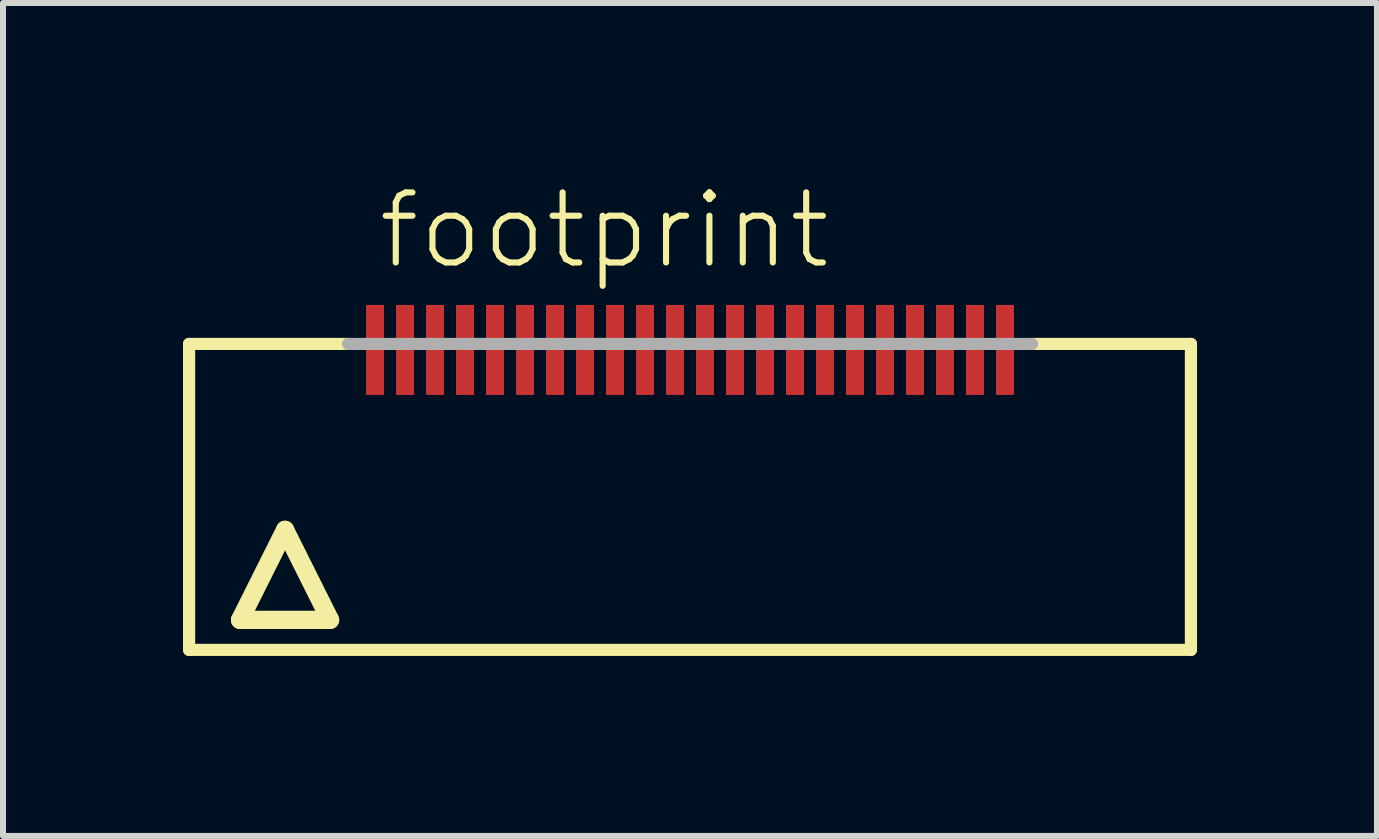
<source format=kicad_pcb>
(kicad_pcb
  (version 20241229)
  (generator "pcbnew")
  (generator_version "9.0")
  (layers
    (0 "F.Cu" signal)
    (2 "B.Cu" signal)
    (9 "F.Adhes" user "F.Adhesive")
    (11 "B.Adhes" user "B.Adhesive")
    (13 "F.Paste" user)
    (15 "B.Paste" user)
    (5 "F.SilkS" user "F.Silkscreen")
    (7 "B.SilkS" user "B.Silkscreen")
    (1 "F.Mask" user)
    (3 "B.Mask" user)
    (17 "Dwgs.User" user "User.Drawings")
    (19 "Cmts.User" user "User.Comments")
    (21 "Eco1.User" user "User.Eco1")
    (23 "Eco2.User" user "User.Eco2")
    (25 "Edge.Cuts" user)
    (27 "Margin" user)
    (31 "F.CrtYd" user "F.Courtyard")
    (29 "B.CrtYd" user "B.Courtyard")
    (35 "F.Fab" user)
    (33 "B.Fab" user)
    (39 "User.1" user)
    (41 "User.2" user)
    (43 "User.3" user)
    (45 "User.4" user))
  (footprint "footprint"
    (layer "F.Cu")
    (at 8.452 5.283)
    (property "Reference" "footprint" (at -5.25 -3.81 0) (layer "F.SilkS") (effects (font (size 1.168 1.168) (thickness 0.102)) (justify left bottom)))
    (fp_line (start -8.35 -2.6) (end -5.7 -2.6) (stroke (width 0.203) (type solid)) (layer "F.SilkS"))
    (fp_line (start -8.35 2.5) (end -8.35 -2.6) (stroke (width 0.203) (type solid)) (layer "F.SilkS"))
    (fp_line (start -7.5 2) (end -6 2) (stroke (width 0.305) (type solid)) (layer "F.SilkS"))
    (fp_line (start -6.75 0.5) (end -7.5 2) (stroke (width 0.305) (type solid)) (layer "F.SilkS"))
    (fp_line (start -6 2) (end -6.75 0.5) (stroke (width 0.305) (type solid)) (layer "F.SilkS"))
    (fp_line (start 5.7 -2.6) (end 8.35 -2.6) (stroke (width 0.203) (type solid)) (layer "F.SilkS"))
    (fp_line (start 8.35 -2.6) (end 8.35 2.5) (stroke (width 0.203) (type solid)) (layer "F.SilkS"))
    (fp_line (start 8.35 2.5) (end -8.35 2.5) (stroke (width 0.203) (type solid)) (layer "F.SilkS"))
    (fp_line (start -5.7 -2.6) (end 5.7 -2.6) (stroke (width 0.203) (type solid)) (layer "F.Fab"))
    (pad "1" smd rect (at -5.25 -2.5) (size 0.3 1.5) (layers "F.Cu" "F.Mask" "F.Paste"))
    (pad "2" smd rect (at -4.75 -2.5) (size 0.3 1.5) (layers "F.Cu" "F.Mask" "F.Paste"))
    (pad "3" smd rect (at -4.25 -2.5) (size 0.3 1.5) (layers "F.Cu" "F.Mask" "F.Paste"))
    (pad "4" smd rect (at -3.75 -2.5) (size 0.3 1.5) (layers "F.Cu" "F.Mask" "F.Paste"))
    (pad "5" smd rect (at -3.25 -2.5) (size 0.3 1.5) (layers "F.Cu" "F.Mask" "F.Paste"))
    (pad "6" smd rect (at -2.75 -2.5) (size 0.3 1.5) (layers "F.Cu" "F.Mask" "F.Paste"))
    (pad "7" smd rect (at -2.25 -2.5) (size 0.3 1.5) (layers "F.Cu" "F.Mask" "F.Paste"))
    (pad "8" smd rect (at -1.75 -2.5) (size 0.3 1.5) (layers "F.Cu" "F.Mask" "F.Paste"))
    (pad "9" smd rect (at -1.25 -2.5) (size 0.3 1.5) (layers "F.Cu" "F.Mask" "F.Paste"))
    (pad "10" smd rect (at -0.75 -2.5) (size 0.3 1.5) (layers "F.Cu" "F.Mask" "F.Paste"))
    (pad "11" smd rect (at -0.25 -2.5) (size 0.3 1.5) (layers "F.Cu" "F.Mask" "F.Paste"))
    (pad "12" smd rect (at 0.25 -2.5) (size 0.3 1.5) (layers "F.Cu" "F.Mask" "F.Paste"))
    (pad "13" smd rect (at 0.75 -2.5) (size 0.3 1.5) (layers "F.Cu" "F.Mask" "F.Paste"))
    (pad "14" smd rect (at 1.25 -2.5) (size 0.3 1.5) (layers "F.Cu" "F.Mask" "F.Paste"))
    (pad "15" smd rect (at 1.75 -2.5) (size 0.3 1.5) (layers "F.Cu" "F.Mask" "F.Paste"))
    (pad "16" smd rect (at 2.25 -2.5) (size 0.3 1.5) (layers "F.Cu" "F.Mask" "F.Paste"))
    (pad "17" smd rect (at 2.75 -2.5) (size 0.3 1.5) (layers "F.Cu" "F.Mask" "F.Paste"))
    (pad "18" smd rect (at 3.25 -2.5) (size 0.3 1.5) (layers "F.Cu" "F.Mask" "F.Paste"))
    (pad "19" smd rect (at 3.75 -2.5) (size 0.3 1.5) (layers "F.Cu" "F.Mask" "F.Paste"))
    (pad "20" smd rect (at 4.25 -2.5) (size 0.3 1.5) (layers "F.Cu" "F.Mask" "F.Paste"))
    (pad "21" smd rect (at 4.75 -2.5) (size 0.3 1.5) (layers "F.Cu" "F.Mask" "F.Paste"))
    (pad "22" smd rect (at 5.25 -2.5) (size 0.3 1.5) (layers "F.Cu" "F.Mask" "F.Paste")))
  (gr_rect
    (start -3 -3)
    (end 19.903 10.885)
    (stroke (width 0.1) (type default))
    (fill no)
    (layer "Edge.Cuts")))
</source>
